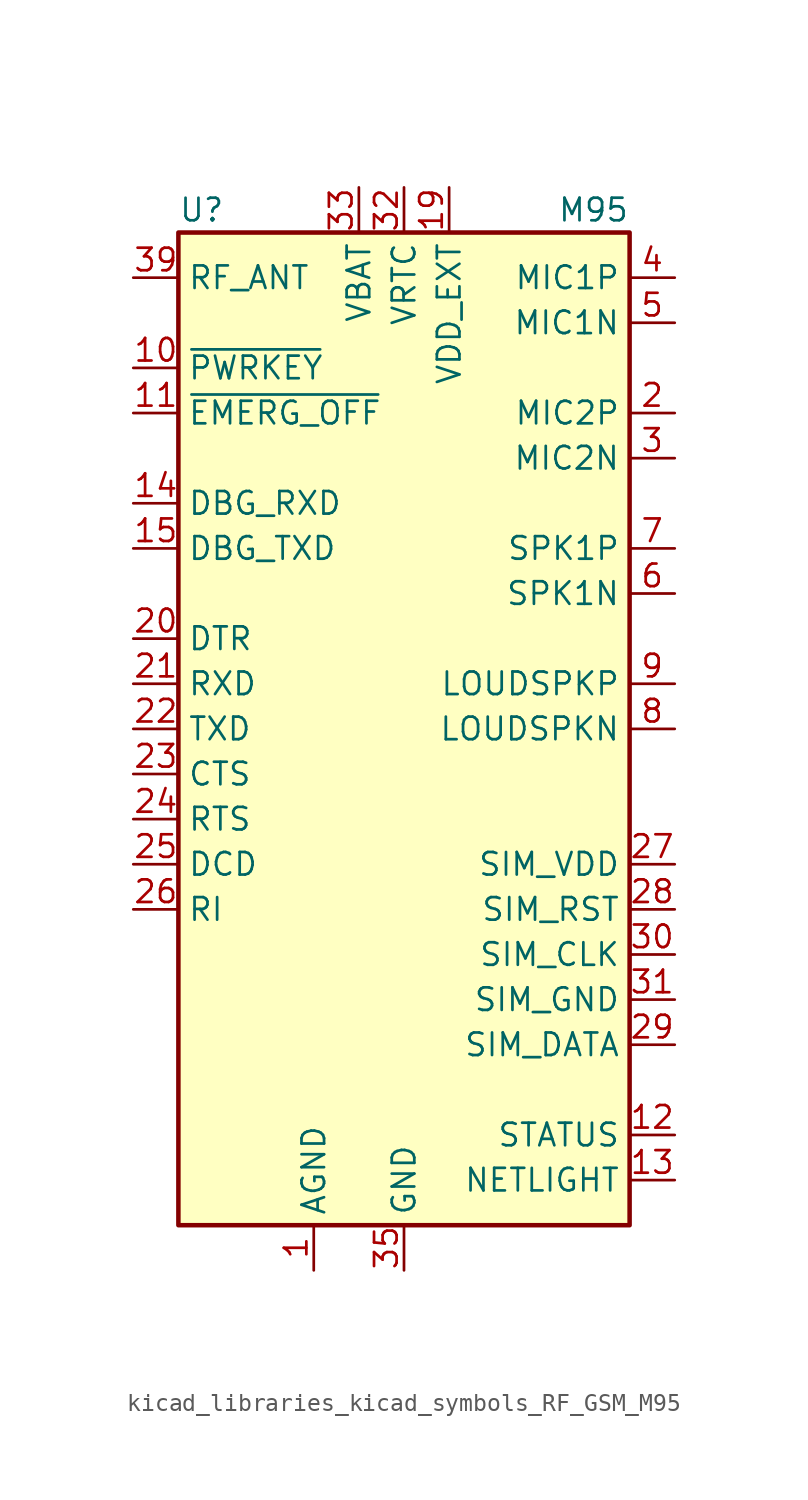
<source format=kicad_sym>
(kicad_symbol_lib
  (version 20220914)
  (generator kicad_symbol_editor)
  (symbol "kicad_libraries_kicad_symbols_RF_GSM_M95"
    (property "Reference" "U"
      (at -12.7 29.21 0)
      (effects (font (size 1.27 1.27)) (justify left)))
    (property "Value" "M95"
      (at 12.7 29.21 0)
      (effects (font (size 1.27 1.27)) (justify right)))
    (symbol "kicad_libraries_kicad_symbols_RF_GSM_M95_0_1"
      (rectangle (start -12.7 27.94) (end 12.7 -27.94) (stroke (width 0.254) (type default)) (fill (type background))))
    (symbol "kicad_libraries_kicad_symbols_RF_GSM_M95_1_1"
      (pin power_in line (at -5.08 -30.48 90) (length 2.54) (name "AGND" (effects (font (size 1.27 1.27)))) (number "1" (effects (font (size 1.27 1.27)))))
      (pin input line (at -15.24 20.32 0) (length 2.54) (name "~{PWRKEY}" (effects (font (size 1.27 1.27)))) (number "10" (effects (font (size 1.27 1.27)))))
      (pin input line (at -15.24 17.78 0) (length 2.54) (name "~{EMERG_OFF}" (effects (font (size 1.27 1.27)))) (number "11" (effects (font (size 1.27 1.27)))))
      (pin output line (at 15.24 -22.86 180) (length 2.54) (name "STATUS" (effects (font (size 1.27 1.27)))) (number "12" (effects (font (size 1.27 1.27)))))
      (pin output line (at 15.24 -25.4 180) (length 2.54) (name "NETLIGHT" (effects (font (size 1.27 1.27)))) (number "13" (effects (font (size 1.27 1.27)))))
      (pin input line (at -15.24 12.7 0) (length 2.54) (name "DBG_RXD" (effects (font (size 1.27 1.27)))) (number "14" (effects (font (size 1.27 1.27)))))
      (pin output line (at -15.24 10.16 0) (length 2.54) (name "DBG_TXD" (effects (font (size 1.27 1.27)))) (number "15" (effects (font (size 1.27 1.27)))))
      (pin no_connect line (at -12.7 -12.7 0) (length 2.54) hide (name "RESERVED" (effects (font (size 1.27 1.27)))) (number "16" (effects (font (size 1.27 1.27)))))
      (pin no_connect line (at -12.7 -15.24 0) (length 2.54) hide (name "RESERVED" (effects (font (size 1.27 1.27)))) (number "17" (effects (font (size 1.27 1.27)))))
      (pin no_connect line (at -12.7 -17.78 0) (length 2.54) hide (name "RESERVED" (effects (font (size 1.27 1.27)))) (number "18" (effects (font (size 1.27 1.27)))))
      (pin power_out line (at 2.54 30.48 270) (length 2.54) (name "VDD_EXT" (effects (font (size 1.27 1.27)))) (number "19" (effects (font (size 1.27 1.27)))))
      (pin input line (at 15.24 17.78 180) (length 2.54) (name "MIC2P" (effects (font (size 1.27 1.27)))) (number "2" (effects (font (size 1.27 1.27)))))
      (pin input line (at -15.24 5.08 0) (length 2.54) (name "DTR" (effects (font (size 1.27 1.27)))) (number "20" (effects (font (size 1.27 1.27)))))
      (pin input line (at -15.24 2.54 0) (length 2.54) (name "RXD" (effects (font (size 1.27 1.27)))) (number "21" (effects (font (size 1.27 1.27)))))
      (pin output line (at -15.24 0 0) (length 2.54) (name "TXD" (effects (font (size 1.27 1.27)))) (number "22" (effects (font (size 1.27 1.27)))))
      (pin output line (at -15.24 -2.54 0) (length 2.54) (name "CTS" (effects (font (size 1.27 1.27)))) (number "23" (effects (font (size 1.27 1.27)))))
      (pin input line (at -15.24 -5.08 0) (length 2.54) (name "RTS" (effects (font (size 1.27 1.27)))) (number "24" (effects (font (size 1.27 1.27)))))
      (pin output line (at -15.24 -7.62 0) (length 2.54) (name "DCD" (effects (font (size 1.27 1.27)))) (number "25" (effects (font (size 1.27 1.27)))))
      (pin output line (at -15.24 -10.16 0) (length 2.54) (name "RI" (effects (font (size 1.27 1.27)))) (number "26" (effects (font (size 1.27 1.27)))))
      (pin power_out line (at 15.24 -7.62 180) (length 2.54) (name "SIM_VDD" (effects (font (size 1.27 1.27)))) (number "27" (effects (font (size 1.27 1.27)))))
      (pin output line (at 15.24 -10.16 180) (length 2.54) (name "SIM_RST" (effects (font (size 1.27 1.27)))) (number "28" (effects (font (size 1.27 1.27)))))
      (pin bidirectional line (at 15.24 -17.78 180) (length 2.54) (name "SIM_DATA" (effects (font (size 1.27 1.27)))) (number "29" (effects (font (size 1.27 1.27)))))
      (pin input line (at 15.24 15.24 180) (length 2.54) (name "MIC2N" (effects (font (size 1.27 1.27)))) (number "3" (effects (font (size 1.27 1.27)))))
      (pin output line (at 15.24 -12.7 180) (length 2.54) (name "SIM_CLK" (effects (font (size 1.27 1.27)))) (number "30" (effects (font (size 1.27 1.27)))))
      (pin power_out line (at 15.24 -15.24 180) (length 2.54) (name "SIM_GND" (effects (font (size 1.27 1.27)))) (number "31" (effects (font (size 1.27 1.27)))))
      (pin power_in line (at 0 30.48 270) (length 2.54) (name "VRTC" (effects (font (size 1.27 1.27)))) (number "32" (effects (font (size 1.27 1.27)))))
      (pin power_in line (at -2.54 30.48 270) (length 2.54) (name "VBAT" (effects (font (size 1.27 1.27)))) (number "33" (effects (font (size 1.27 1.27)))))
      (pin passive line (at -2.54 30.48 270) (length 2.54) hide (name "VBAT" (effects (font (size 1.27 1.27)))) (number "34" (effects (font (size 1.27 1.27)))))
      (pin power_in line (at 0 -30.48 90) (length 2.54) (name "GND" (effects (font (size 1.27 1.27)))) (number "35" (effects (font (size 1.27 1.27)))))
      (pin passive line (at 0 -30.48 90) (length 2.54) hide (name "GND" (effects (font (size 1.27 1.27)))) (number "36" (effects (font (size 1.27 1.27)))))
      (pin passive line (at 0 -30.48 90) (length 2.54) hide (name "GND" (effects (font (size 1.27 1.27)))) (number "37" (effects (font (size 1.27 1.27)))))
      (pin passive line (at 0 -30.48 90) (length 2.54) hide (name "GND" (effects (font (size 1.27 1.27)))) (number "38" (effects (font (size 1.27 1.27)))))
      (pin passive line (at -15.24 25.4 0) (length 2.54) (name "RF_ANT" (effects (font (size 1.27 1.27)))) (number "39" (effects (font (size 1.27 1.27)))))
      (pin input line (at 15.24 25.4 180) (length 2.54) (name "MIC1P" (effects (font (size 1.27 1.27)))) (number "4" (effects (font (size 1.27 1.27)))))
      (pin passive line (at 0 -30.48 90) (length 2.54) hide (name "GND" (effects (font (size 1.27 1.27)))) (number "40" (effects (font (size 1.27 1.27)))))
      (pin no_connect line (at -12.7 -20.32 0) (length 2.54) hide (name "RESERVED" (effects (font (size 1.27 1.27)))) (number "41" (effects (font (size 1.27 1.27)))))
      (pin no_connect line (at -12.7 -22.86 0) (length 2.54) hide (name "RESERVED" (effects (font (size 1.27 1.27)))) (number "42" (effects (font (size 1.27 1.27)))))
      (pin input line (at 15.24 22.86 180) (length 2.54) (name "MIC1N" (effects (font (size 1.27 1.27)))) (number "5" (effects (font (size 1.27 1.27)))))
      (pin output line (at 15.24 7.62 180) (length 2.54) (name "SPK1N" (effects (font (size 1.27 1.27)))) (number "6" (effects (font (size 1.27 1.27)))))
      (pin output line (at 15.24 10.16 180) (length 2.54) (name "SPK1P" (effects (font (size 1.27 1.27)))) (number "7" (effects (font (size 1.27 1.27)))))
      (pin output line (at 15.24 0 180) (length 2.54) (name "LOUDSPKN" (effects (font (size 1.27 1.27)))) (number "8" (effects (font (size 1.27 1.27)))))
      (pin output line (at 15.24 2.54 180) (length 2.54) (name "LOUDSPKP" (effects (font (size 1.27 1.27)))) (number "9" (effects (font (size 1.27 1.27))))))))
</source>
